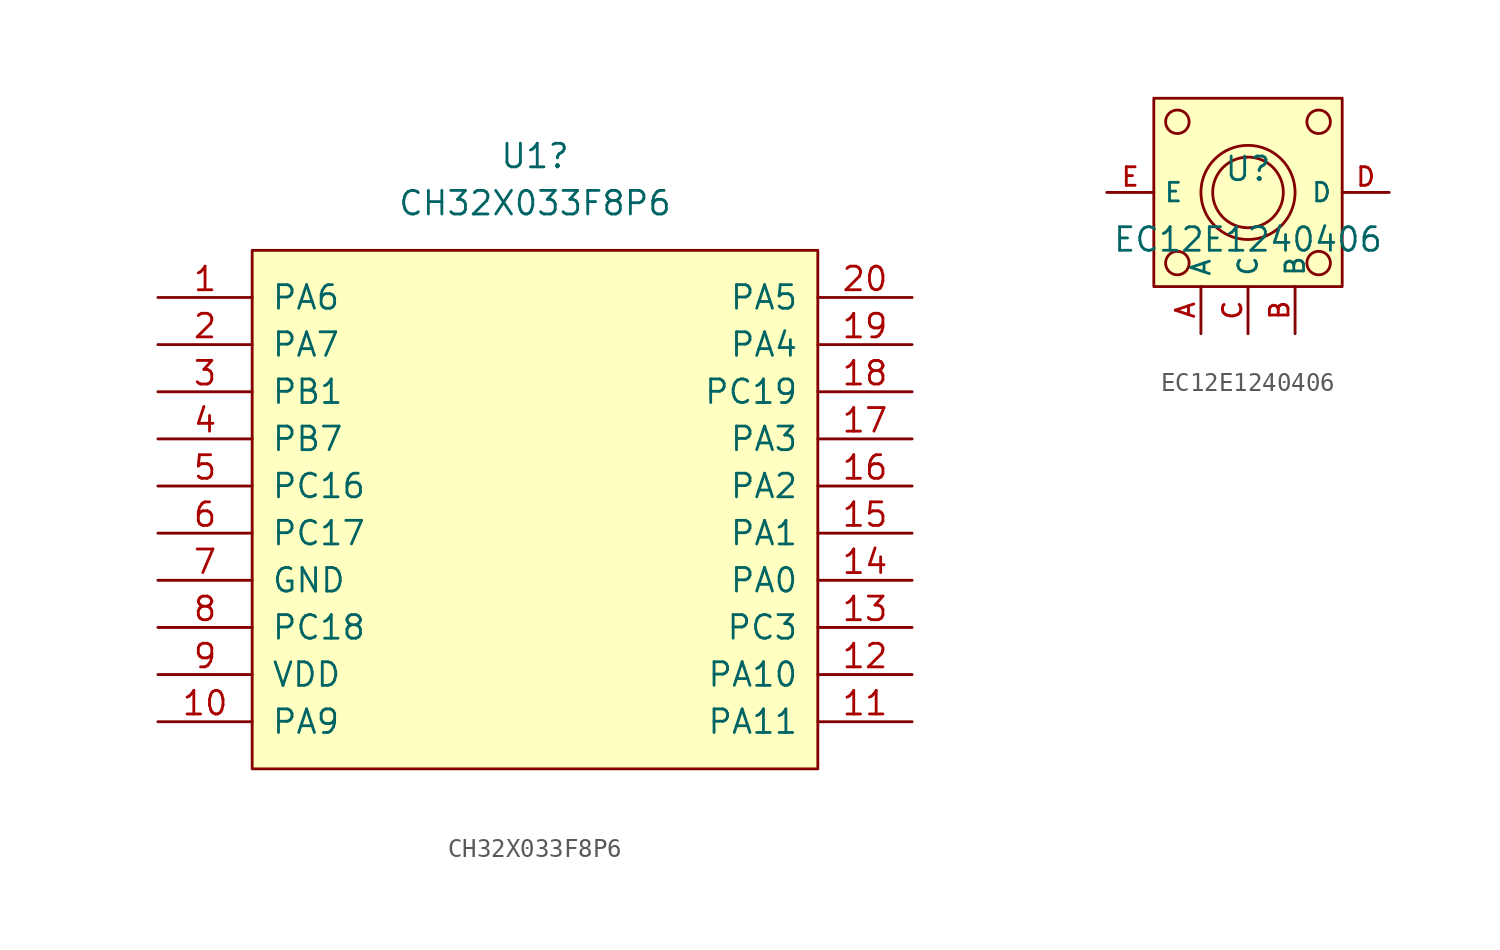
<source format=kicad_sym>
(kicad_symbol_lib
  (version 20241209)
  (generator "kicad_symbol_editor")
  (generator_version "9.0")
  (symbol "CH32X033F8P6"
    (pin_names
      (offset 1.016))
    (property "Reference" "U1"
      (at 0 30.48 0)
      (effects (font (size 1.27 1.27))))
    (property "Value" "CH32X033F8P6"
      (at 0 27.94 0)
      (effects (font (size 1.27 1.27))))
    (symbol "CH32X033F8P6_0_1"
      (rectangle (start -15.24 25.4) (end 15.24 -2.54) (stroke (width 0) (type solid)) (fill (type background))))
    (symbol "CH32X033F8P6_1_1"
      (pin bidirectional line (at -20.32 22.86 0) (length 5.08) (name "PA6" (effects (font (size 1.27 1.27)))) (number "1" (effects (font (size 1.27 1.27)))) (alternate "A6" bidirectional line) (alternate "MISO" bidirectional line) (alternate "O1N0" bidirectional line) (alternate "T1BK_" bidirectional line) (alternate "T3C1" bidirectional line))
      (pin input line (at -20.32 20.32 0) (length 5.08) (name "PA7" (effects (font (size 1.27 1.27)))) (number "2" (effects (font (size 1.27 1.27)))) (alternate "A8" bidirectional line) (alternate "MOSI" bidirectional line) (alternate "O1P0" bidirectional line) (alternate "O2P0" bidirectional line) (alternate "PB0" bidirectional line) (alternate "T1C1N_" bidirectional line) (alternate "T1C2N_" bidirectional line) (alternate "T3C2" bidirectional line) (alternate "TX4" bidirectional line))
      (pin input line (at -20.32 17.78 0) (length 5.08) (name "PB1" (effects (font (size 1.27 1.27)))) (number "3" (effects (font (size 1.27 1.27)))) (alternate "A9" bidirectional line) (alternate "O2N1" bidirectional line) (alternate "RX4" bidirectional line) (alternate "T1C3N_" bidirectional line))
      (pin bidirectional line (at -20.32 15.24 0) (length 5.08) (name "PB7" (effects (font (size 1.27 1.27)))) (number "4" (effects (font (size 1.27 1.27)))) (alternate "O2P2" bidirectional line) (alternate "RST" bidirectional line) (alternate "T1C2N" bidirectional line))
      (pin input line (at -20.32 12.7 0) (length 5.08) (name "PC16" (effects (font (size 1.27 1.27)))) (number "5" (effects (font (size 1.27 1.27)))) (alternate "I2C_" bidirectional line) (alternate "PC11" bidirectional line) (alternate "RX4_5" bidirectional line) (alternate "T1C4" bidirectional line) (alternate "TX4_2" bidirectional line) (alternate "UDM" bidirectional line))
      (pin input line (at -20.32 10.16 0) (length 5.08) (name "PC17" (effects (font (size 1.27 1.27)))) (number "6" (effects (font (size 1.27 1.27)))) (alternate "I2C_" bidirectional line) (alternate "PC10" bidirectional line) (alternate "RX4_2" bidirectional line) (alternate "T1ET" bidirectional line) (alternate "TX4_5" bidirectional line) (alternate "UDP" bidirectional line))
      (pin input line (at -20.32 7.62 0) (length 5.08) (name "GND" (effects (font (size 1.27 1.27)))) (number "7" (effects (font (size 1.27 1.27)))))
      (pin bidirectional line (at -20.32 5.08 0) (length 5.08) (name "PC18" (effects (font (size 1.27 1.27)))) (number "8" (effects (font (size 1.27 1.27)))) (alternate "" input line) (alternate "DIO" bidirectional line) (alternate "I2C_" bidirectional line) (alternate "T1ET_" bidirectional line) (alternate "T2C1N_" bidirectional line) (alternate "T3C2_" bidirectional line) (alternate "TX3_" bidirectional line))
      (pin input line (at -20.32 2.54 0) (length 5.08) (name "VDD" (effects (font (size 1.27 1.27)))) (number "9" (effects (font (size 1.27 1.27)))))
      (pin bidirectional line (at -20.32 0 0) (length 5.08) (name "PA9" (effects (font (size 1.27 1.27)))) (number "10" (effects (font (size 1.27 1.27)))) (alternate "MISO_" bidirectional line) (alternate "RX4_1" bidirectional line) (alternate "T2BK_" bidirectional line))
      (pin bidirectional line (at 20.32 22.86 180) (length 5.08) (name "PA5" (effects (font (size 1.27 1.27)))) (number "20" (effects (font (size 1.27 1.27)))) (alternate "A5" power_out line) (alternate "O2N0" power_out line) (alternate "SCK" power_out line) (alternate "TX4_1" power_out line))
      (pin bidirectional line (at 20.32 20.32 180) (length 5.08) (name "PA4" (effects (font (size 1.27 1.27)))) (number "19" (effects (font (size 1.27 1.27)))) (alternate "A4" power_out line) (alternate "CS" power_out line) (alternate "O2O0" power_out line) (alternate "T3C2_" power_out line))
      (pin bidirectional line (at 20.32 17.78 180) (length 5.08) (name "PC19" (effects (font (size 1.27 1.27)))) (number "18" (effects (font (size 1.27 1.27)))) (alternate "" input line) (alternate "C1P0" power_out line) (alternate "DCK" power_out line) (alternate "I2C_" power_out line) (alternate "RX3_" power_out line) (alternate "T2C1_" power_out line) (alternate "T3C1_" power_out line))
      (pin bidirectional line (at 20.32 15.24 180) (length 5.08) (name "PA3" (effects (font (size 1.27 1.27)))) (number "17" (effects (font (size 1.27 1.27)))) (alternate "" input line) (alternate "A3" bidirectional line) (alternate "O1O0" bidirectional line) (alternate "RX2" bidirectional line) (alternate "T2C4" bidirectional line) (alternate "T3C1_" bidirectional line))
      (pin bidirectional line (at 20.32 12.7 180) (length 5.08) (name "PA2" (effects (font (size 1.27 1.27)))) (number "16" (effects (font (size 1.27 1.27)))) (alternate "" input line) (alternate "A2" bidirectional line) (alternate "O2O1" bidirectional line) (alternate "T2C3" bidirectional line) (alternate "T2ET_" bidirectional line) (alternate "TX2" bidirectional line))
      (pin bidirectional line (at 20.32 10.16 180) (length 5.08) (name "PA1" (effects (font (size 1.27 1.27)))) (number "15" (effects (font (size 1.27 1.27)))) (alternate "A1" bidirectional line) (alternate "C1O" bidirectional line) (alternate "O1N2" bidirectional line) (alternate "O2N2" bidirectional line) (alternate "T2C2" bidirectional line))
      (pin bidirectional line (at 20.32 7.62 180) (length 5.08) (name "PA0" (effects (font (size 1.27 1.27)))) (number "14" (effects (font (size 1.27 1.27)))) (alternate "A0" bidirectional line) (alternate "C1P1" bidirectional line) (alternate "T2C1" bidirectional line))
      (pin bidirectional line (at 20.32 5.08 180) (length 5.08) (name "PC3" (effects (font (size 1.27 1.27)))) (number "13" (effects (font (size 1.27 1.27)))) (alternate "A13" bidirectional line) (alternate "C1N0" bidirectional line) (alternate "C2N1" bidirectional line) (alternate "T1C4_" bidirectional line) (alternate "T2C1N_" bidirectional line))
      (pin bidirectional line (at 20.32 2.54 180) (length 5.08) (name "PA10" (effects (font (size 1.27 1.27)))) (number "12" (effects (font (size 1.27 1.27)))) (alternate "MOSI_" bidirectional line) (alternate "SCL" bidirectional line) (alternate "TX1_" bidirectional line))
      (pin bidirectional line (at 20.32 0 180) (length 5.08) (name "PA11" (effects (font (size 1.27 1.27)))) (number "11" (effects (font (size 1.27 1.27)))) (alternate "C2P1" bidirectional line) (alternate "RX1_" bidirectional line) (alternate "SCK_" bidirectional line) (alternate "SDA" bidirectional line))))
  (symbol "EC12E1240406"
    (property "Reference" "U"
      (at 0 1.27 0)
      (effects (font (size 1.27 1.27))))
    (property "Value" "EC12E1240406"
      (at 0 -2.54 0)
      (effects (font (size 1.27 1.27))))
    (symbol "EC12E1240406_0_1"
      (rectangle (start -5.08 5.08) (end 5.08 -5.08) (stroke (width 0) (type default)) (fill (type background)))
      (circle (center -3.81 3.81) (radius 0.635) (stroke (width 0) (type default)) (fill (type background)))
      (circle (center -3.81 -3.81) (radius 0.635) (stroke (width 0) (type default)) (fill (type background)))
      (circle (center 0 0) (radius 1.905) (stroke (width 0) (type default)) (fill (type background)))
      (circle (center 0 0) (radius 2.54) (stroke (width 0) (type default)) (fill (type background)))
      (circle (center 3.81 3.81) (radius 0.635) (stroke (width 0) (type default)) (fill (type background)))
      (circle (center 3.81 -3.81) (radius 0.635) (stroke (width 0) (type default)) (fill (type background))))
    (symbol "EC12E1240406_1_1"
      (pin passive line (at -7.62 0 0) (length 2.54) (name "E" (effects (font (size 1 1)))) (number "E" (effects (font (size 1 1)))))
      (pin passive line (at -2.54 -7.62 90) (length 2.54) (name "A" (effects (font (size 1 1)))) (number "A" (effects (font (size 1 1)))))
      (pin passive line (at 0 -7.62 90) (length 2.54) (name "C" (effects (font (size 1 1)))) (number "C" (effects (font (size 1 1)))))
      (pin passive line (at 2.54 -7.62 90) (length 2.54) (name "B" (effects (font (size 1 1)))) (number "B" (effects (font (size 1 1)))))
      (pin passive line (at 7.62 0 180) (length 2.54) (name "D" (effects (font (size 1 1)))) (number "D" (effects (font (size 1 1))))))))
</source>
